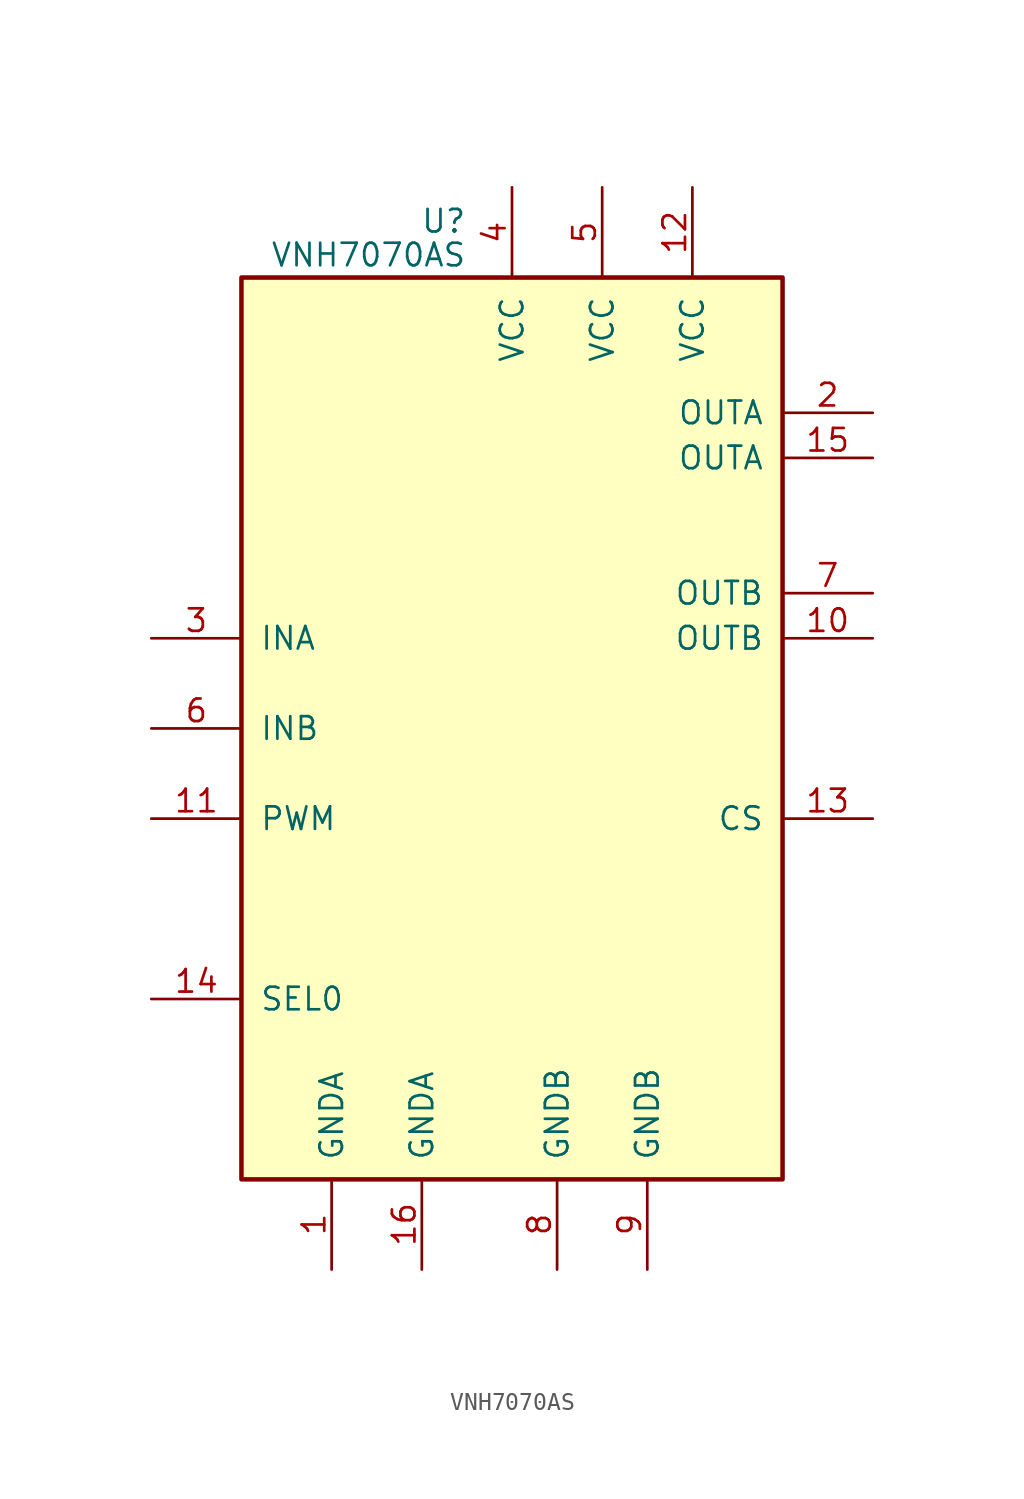
<source format=kicad_sym>
(kicad_symbol_lib
  (version 20231120)
  (generator "kicad_symbol_editor")
  (generator_version "8.0")
  (symbol "VNH7070AS"
    (pin_names
      (offset 1.016))
    (property "Reference" "U"
      (at -2.54 28.575 0)
      (effects (font (size 1.27 1.27)) (justify right)))
    (property "Value" "VNH7070AS"
      (at -2.54 26.67 0)
      (effects (font (size 1.27 1.27)) (justify right)))
    (symbol "VNH7070AS_0_1"
      (rectangle (start -15.24 -25.4) (end 15.24 25.4) (stroke (width 0.254) (type solid)) (fill (type background))))
    (symbol "VNH7070AS_1_1"
      (pin power_in line (at -10.16 -30.48 90) (length 5.08) (name "GNDA" (effects (font (size 1.27 1.27)))) (number "1" (effects (font (size 1.27 1.27)))))
      (pin passive line (at 20.32 5.08 180) (length 5.08) (name "OUTB" (effects (font (size 1.27 1.27)))) (number "10" (effects (font (size 1.27 1.27)))))
      (pin input line (at -20.32 -5.08 0) (length 5.08) (name "PWM" (effects (font (size 1.27 1.27)))) (number "11" (effects (font (size 1.27 1.27)))))
      (pin power_in line (at 10.16 30.48 270) (length 5.08) (name "VCC" (effects (font (size 1.27 1.27)))) (number "12" (effects (font (size 1.27 1.27)))))
      (pin output line (at 20.32 -5.08 180) (length 5.08) (name "CS" (effects (font (size 1.27 1.27)))) (number "13" (effects (font (size 1.27 1.27)))))
      (pin input line (at -20.32 -15.24 0) (length 5.08) (name "SEL0" (effects (font (size 1.27 1.27)))) (number "14" (effects (font (size 1.27 1.27)))))
      (pin passive line (at 20.32 15.24 180) (length 5.08) (name "OUTA" (effects (font (size 1.27 1.27)))) (number "15" (effects (font (size 1.27 1.27)))))
      (pin power_in line (at -5.08 -30.48 90) (length 5.08) (name "GNDA" (effects (font (size 1.27 1.27)))) (number "16" (effects (font (size 1.27 1.27)))))
      (pin power_out line (at 20.32 17.78 180) (length 5.08) (name "OUTA" (effects (font (size 1.27 1.27)))) (number "2" (effects (font (size 1.27 1.27)))))
      (pin input line (at -20.32 5.08 0) (length 5.08) (name "INA" (effects (font (size 1.27 1.27)))) (number "3" (effects (font (size 1.27 1.27)))))
      (pin power_in line (at 0 30.48 270) (length 5.08) (name "VCC" (effects (font (size 1.27 1.27)))) (number "4" (effects (font (size 1.27 1.27)))))
      (pin power_in line (at 5.08 30.48 270) (length 5.08) (name "VCC" (effects (font (size 1.27 1.27)))) (number "5" (effects (font (size 1.27 1.27)))))
      (pin input line (at -20.32 0 0) (length 5.08) (name "INB" (effects (font (size 1.27 1.27)))) (number "6" (effects (font (size 1.27 1.27)))))
      (pin power_out line (at 20.32 7.62 180) (length 5.08) (name "OUTB" (effects (font (size 1.27 1.27)))) (number "7" (effects (font (size 1.27 1.27)))))
      (pin power_in line (at 2.54 -30.48 90) (length 5.08) (name "GNDB" (effects (font (size 1.27 1.27)))) (number "8" (effects (font (size 1.27 1.27)))))
      (pin power_in line (at 7.62 -30.48 90) (length 5.08) (name "GNDB" (effects (font (size 1.27 1.27)))) (number "9" (effects (font (size 1.27 1.27))))))))
</source>
